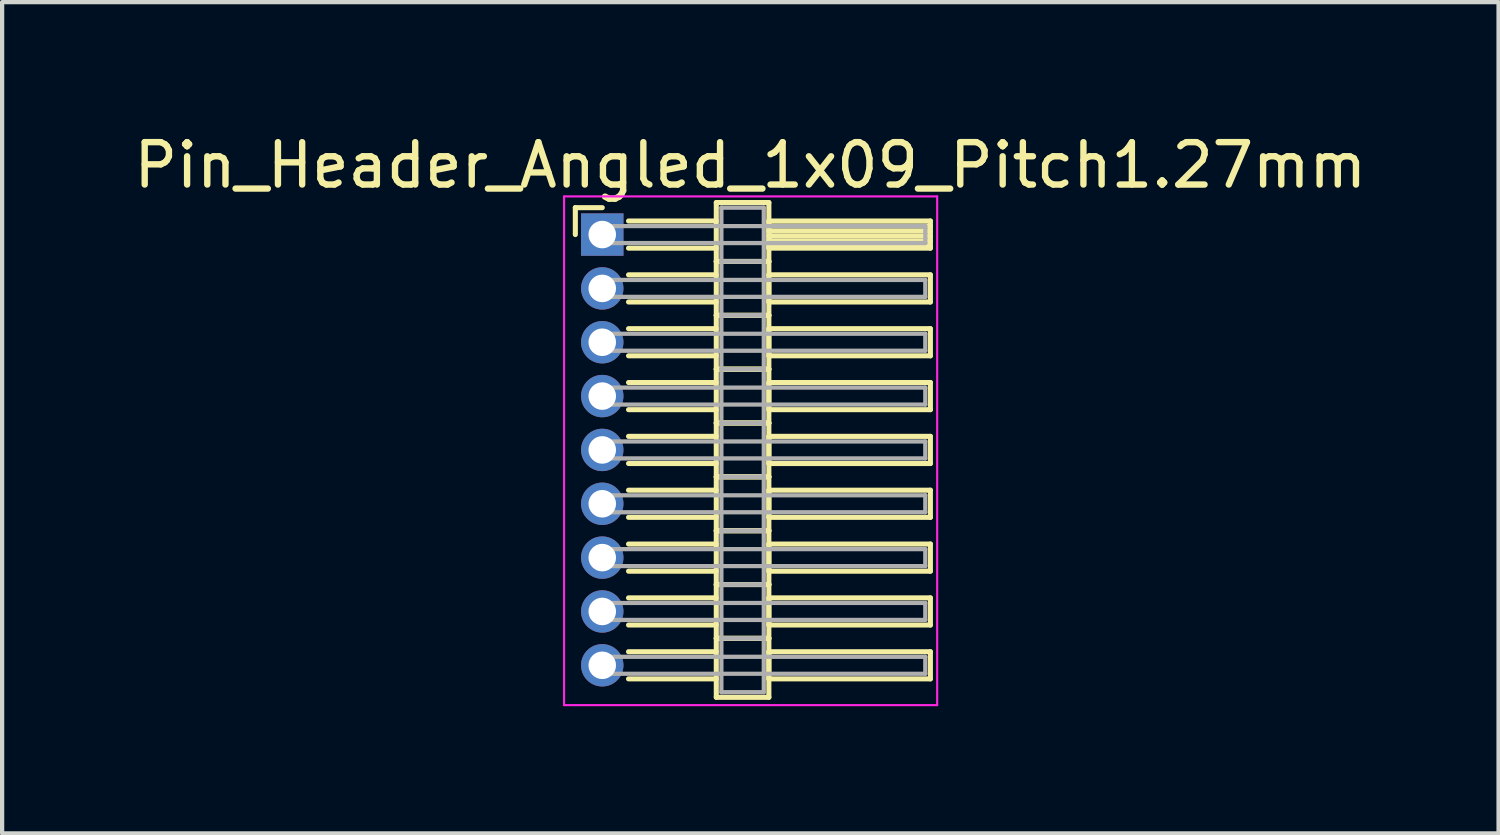
<source format=kicad_pcb>
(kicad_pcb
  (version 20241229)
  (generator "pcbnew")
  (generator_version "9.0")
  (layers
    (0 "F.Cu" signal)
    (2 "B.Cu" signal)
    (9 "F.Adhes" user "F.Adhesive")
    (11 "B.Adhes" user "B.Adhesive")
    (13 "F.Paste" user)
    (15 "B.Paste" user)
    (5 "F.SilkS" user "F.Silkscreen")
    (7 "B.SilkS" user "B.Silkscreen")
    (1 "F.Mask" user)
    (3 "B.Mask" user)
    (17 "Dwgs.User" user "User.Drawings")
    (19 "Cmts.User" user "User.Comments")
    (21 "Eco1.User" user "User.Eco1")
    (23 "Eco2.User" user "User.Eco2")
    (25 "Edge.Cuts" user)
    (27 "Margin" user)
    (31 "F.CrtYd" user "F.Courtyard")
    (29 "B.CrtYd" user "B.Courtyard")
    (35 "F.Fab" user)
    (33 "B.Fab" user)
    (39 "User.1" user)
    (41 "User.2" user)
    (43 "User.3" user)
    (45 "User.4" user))
  (footprint "Pin_Header_Angled_1x09_Pitch1.27mm"
    (layer "F.Cu")
    (at 11.156 2.483)
    (property "Reference" "Pin_Header_Angled_1x09_Pitch1.27mm" (at 3.493 -1.635 0) (layer "F.SilkS") (effects (font (size 1 1) (thickness 0.15))))
    (attr through_hole)
    (fp_line (start -0.635 -0.635) (end 0 -0.635) (stroke (width 0.12) (type solid)) (layer "F.SilkS"))
    (fp_line (start -0.635 0) (end -0.635 -0.635) (stroke (width 0.12) (type solid)) (layer "F.SilkS"))
    (fp_line (start 0.62 -0.32) (end 2.69 -0.32) (stroke (width 0.12) (type solid)) (layer "F.SilkS"))
    (fp_line (start 0.62 0.32) (end 2.69 0.32) (stroke (width 0.12) (type solid)) (layer "F.SilkS"))
    (fp_line (start 0.62 0.95) (end 2.69 0.95) (stroke (width 0.12) (type solid)) (layer "F.SilkS"))
    (fp_line (start 0.62 1.59) (end 2.69 1.59) (stroke (width 0.12) (type solid)) (layer "F.SilkS"))
    (fp_line (start 0.62 2.22) (end 2.69 2.22) (stroke (width 0.12) (type solid)) (layer "F.SilkS"))
    (fp_line (start 0.62 2.86) (end 2.69 2.86) (stroke (width 0.12) (type solid)) (layer "F.SilkS"))
    (fp_line (start 0.62 3.49) (end 2.69 3.49) (stroke (width 0.12) (type solid)) (layer "F.SilkS"))
    (fp_line (start 0.62 4.13) (end 2.69 4.13) (stroke (width 0.12) (type solid)) (layer "F.SilkS"))
    (fp_line (start 0.62 4.76) (end 2.69 4.76) (stroke (width 0.12) (type solid)) (layer "F.SilkS"))
    (fp_line (start 0.62 5.4) (end 2.69 5.4) (stroke (width 0.12) (type solid)) (layer "F.SilkS"))
    (fp_line (start 0.62 6.03) (end 2.69 6.03) (stroke (width 0.12) (type solid)) (layer "F.SilkS"))
    (fp_line (start 0.62 6.67) (end 2.69 6.67) (stroke (width 0.12) (type solid)) (layer "F.SilkS"))
    (fp_line (start 0.62 7.3) (end 2.69 7.3) (stroke (width 0.12) (type solid)) (layer "F.SilkS"))
    (fp_line (start 0.62 7.94) (end 2.69 7.94) (stroke (width 0.12) (type solid)) (layer "F.SilkS"))
    (fp_line (start 0.62 8.57) (end 2.69 8.57) (stroke (width 0.12) (type solid)) (layer "F.SilkS"))
    (fp_line (start 0.62 9.21) (end 2.69 9.21) (stroke (width 0.12) (type solid)) (layer "F.SilkS"))
    (fp_line (start 0.62 9.84) (end 2.69 9.84) (stroke (width 0.12) (type solid)) (layer "F.SilkS"))
    (fp_line (start 0.62 10.48) (end 2.69 10.48) (stroke (width 0.12) (type solid)) (layer "F.SilkS"))
    (fp_line (start 2.69 -0.755) (end 2.69 0.635) (stroke (width 0.12) (type solid)) (layer "F.SilkS"))
    (fp_line (start 2.69 0.635) (end 2.69 1.905) (stroke (width 0.12) (type solid)) (layer "F.SilkS"))
    (fp_line (start 2.69 0.635) (end 3.93 0.635) (stroke (width 0.12) (type solid)) (layer "F.SilkS"))
    (fp_line (start 2.69 1.905) (end 2.69 3.175) (stroke (width 0.12) (type solid)) (layer "F.SilkS"))
    (fp_line (start 2.69 1.905) (end 3.93 1.905) (stroke (width 0.12) (type solid)) (layer "F.SilkS"))
    (fp_line (start 2.69 3.175) (end 2.69 4.445) (stroke (width 0.12) (type solid)) (layer "F.SilkS"))
    (fp_line (start 2.69 3.175) (end 3.93 3.175) (stroke (width 0.12) (type solid)) (layer "F.SilkS"))
    (fp_line (start 2.69 4.445) (end 2.69 5.715) (stroke (width 0.12) (type solid)) (layer "F.SilkS"))
    (fp_line (start 2.69 4.445) (end 3.93 4.445) (stroke (width 0.12) (type solid)) (layer "F.SilkS"))
    (fp_line (start 2.69 5.715) (end 2.69 6.985) (stroke (width 0.12) (type solid)) (layer "F.SilkS"))
    (fp_line (start 2.69 5.715) (end 3.93 5.715) (stroke (width 0.12) (type solid)) (layer "F.SilkS"))
    (fp_line (start 2.69 6.985) (end 2.69 8.255) (stroke (width 0.12) (type solid)) (layer "F.SilkS"))
    (fp_line (start 2.69 6.985) (end 3.93 6.985) (stroke (width 0.12) (type solid)) (layer "F.SilkS"))
    (fp_line (start 2.69 8.255) (end 2.69 9.525) (stroke (width 0.12) (type solid)) (layer "F.SilkS"))
    (fp_line (start 2.69 8.255) (end 3.93 8.255) (stroke (width 0.12) (type solid)) (layer "F.SilkS"))
    (fp_line (start 2.69 9.525) (end 2.69 10.915) (stroke (width 0.12) (type solid)) (layer "F.SilkS"))
    (fp_line (start 2.69 9.525) (end 3.93 9.525) (stroke (width 0.12) (type solid)) (layer "F.SilkS"))
    (fp_line (start 2.69 10.915) (end 3.93 10.915) (stroke (width 0.12) (type solid)) (layer "F.SilkS"))
    (fp_line (start 3.93 -0.755) (end 2.69 -0.755) (stroke (width 0.12) (type solid)) (layer "F.SilkS"))
    (fp_line (start 3.93 -0.32) (end 3.93 0.32) (stroke (width 0.12) (type solid)) (layer "F.SilkS"))
    (fp_line (start 3.93 -0.2) (end 7.74 -0.2) (stroke (width 0.12) (type solid)) (layer "F.SilkS"))
    (fp_line (start 3.93 -0.08) (end 7.74 -0.08) (stroke (width 0.12) (type solid)) (layer "F.SilkS"))
    (fp_line (start 3.93 0.04) (end 7.74 0.04) (stroke (width 0.12) (type solid)) (layer "F.SilkS"))
    (fp_line (start 3.93 0.16) (end 7.74 0.16) (stroke (width 0.12) (type solid)) (layer "F.SilkS"))
    (fp_line (start 3.93 0.28) (end 7.74 0.28) (stroke (width 0.12) (type solid)) (layer "F.SilkS"))
    (fp_line (start 3.93 0.32) (end 7.74 0.32) (stroke (width 0.12) (type solid)) (layer "F.SilkS"))
    (fp_line (start 3.93 0.635) (end 2.69 0.635) (stroke (width 0.12) (type solid)) (layer "F.SilkS"))
    (fp_line (start 3.93 0.635) (end 3.93 -0.755) (stroke (width 0.12) (type solid)) (layer "F.SilkS"))
    (fp_line (start 3.93 0.95) (end 3.93 1.59) (stroke (width 0.12) (type solid)) (layer "F.SilkS"))
    (fp_line (start 3.93 1.59) (end 7.74 1.59) (stroke (width 0.12) (type solid)) (layer "F.SilkS"))
    (fp_line (start 3.93 1.905) (end 2.69 1.905) (stroke (width 0.12) (type solid)) (layer "F.SilkS"))
    (fp_line (start 3.93 1.905) (end 3.93 0.635) (stroke (width 0.12) (type solid)) (layer "F.SilkS"))
    (fp_line (start 3.93 2.22) (end 3.93 2.86) (stroke (width 0.12) (type solid)) (layer "F.SilkS"))
    (fp_line (start 3.93 2.86) (end 7.74 2.86) (stroke (width 0.12) (type solid)) (layer "F.SilkS"))
    (fp_line (start 3.93 3.175) (end 2.69 3.175) (stroke (width 0.12) (type solid)) (layer "F.SilkS"))
    (fp_line (start 3.93 3.175) (end 3.93 1.905) (stroke (width 0.12) (type solid)) (layer "F.SilkS"))
    (fp_line (start 3.93 3.49) (end 3.93 4.13) (stroke (width 0.12) (type solid)) (layer "F.SilkS"))
    (fp_line (start 3.93 4.13) (end 7.74 4.13) (stroke (width 0.12) (type solid)) (layer "F.SilkS"))
    (fp_line (start 3.93 4.445) (end 2.69 4.445) (stroke (width 0.12) (type solid)) (layer "F.SilkS"))
    (fp_line (start 3.93 4.445) (end 3.93 3.175) (stroke (width 0.12) (type solid)) (layer "F.SilkS"))
    (fp_line (start 3.93 4.76) (end 3.93 5.4) (stroke (width 0.12) (type solid)) (layer "F.SilkS"))
    (fp_line (start 3.93 5.4) (end 7.74 5.4) (stroke (width 0.12) (type solid)) (layer "F.SilkS"))
    (fp_line (start 3.93 5.715) (end 2.69 5.715) (stroke (width 0.12) (type solid)) (layer "F.SilkS"))
    (fp_line (start 3.93 5.715) (end 3.93 4.445) (stroke (width 0.12) (type solid)) (layer "F.SilkS"))
    (fp_line (start 3.93 6.03) (end 3.93 6.67) (stroke (width 0.12) (type solid)) (layer "F.SilkS"))
    (fp_line (start 3.93 6.67) (end 7.74 6.67) (stroke (width 0.12) (type solid)) (layer "F.SilkS"))
    (fp_line (start 3.93 6.985) (end 2.69 6.985) (stroke (width 0.12) (type solid)) (layer "F.SilkS"))
    (fp_line (start 3.93 6.985) (end 3.93 5.715) (stroke (width 0.12) (type solid)) (layer "F.SilkS"))
    (fp_line (start 3.93 7.3) (end 3.93 7.94) (stroke (width 0.12) (type solid)) (layer "F.SilkS"))
    (fp_line (start 3.93 7.94) (end 7.74 7.94) (stroke (width 0.12) (type solid)) (layer "F.SilkS"))
    (fp_line (start 3.93 8.255) (end 2.69 8.255) (stroke (width 0.12) (type solid)) (layer "F.SilkS"))
    (fp_line (start 3.93 8.255) (end 3.93 6.985) (stroke (width 0.12) (type solid)) (layer "F.SilkS"))
    (fp_line (start 3.93 8.57) (end 3.93 9.21) (stroke (width 0.12) (type solid)) (layer "F.SilkS"))
    (fp_line (start 3.93 9.21) (end 7.74 9.21) (stroke (width 0.12) (type solid)) (layer "F.SilkS"))
    (fp_line (start 3.93 9.525) (end 2.69 9.525) (stroke (width 0.12) (type solid)) (layer "F.SilkS"))
    (fp_line (start 3.93 9.525) (end 3.93 8.255) (stroke (width 0.12) (type solid)) (layer "F.SilkS"))
    (fp_line (start 3.93 9.84) (end 3.93 10.48) (stroke (width 0.12) (type solid)) (layer "F.SilkS"))
    (fp_line (start 3.93 10.48) (end 7.74 10.48) (stroke (width 0.12) (type solid)) (layer "F.SilkS"))
    (fp_line (start 3.93 10.915) (end 3.93 9.525) (stroke (width 0.12) (type solid)) (layer "F.SilkS"))
    (fp_line (start 7.74 -0.32) (end 3.93 -0.32) (stroke (width 0.12) (type solid)) (layer "F.SilkS"))
    (fp_line (start 7.74 0.32) (end 7.74 -0.32) (stroke (width 0.12) (type solid)) (layer "F.SilkS"))
    (fp_line (start 7.74 0.95) (end 3.93 0.95) (stroke (width 0.12) (type solid)) (layer "F.SilkS"))
    (fp_line (start 7.74 1.59) (end 7.74 0.95) (stroke (width 0.12) (type solid)) (layer "F.SilkS"))
    (fp_line (start 7.74 2.22) (end 3.93 2.22) (stroke (width 0.12) (type solid)) (layer "F.SilkS"))
    (fp_line (start 7.74 2.86) (end 7.74 2.22) (stroke (width 0.12) (type solid)) (layer "F.SilkS"))
    (fp_line (start 7.74 3.49) (end 3.93 3.49) (stroke (width 0.12) (type solid)) (layer "F.SilkS"))
    (fp_line (start 7.74 4.13) (end 7.74 3.49) (stroke (width 0.12) (type solid)) (layer "F.SilkS"))
    (fp_line (start 7.74 4.76) (end 3.93 4.76) (stroke (width 0.12) (type solid)) (layer "F.SilkS"))
    (fp_line (start 7.74 5.4) (end 7.74 4.76) (stroke (width 0.12) (type solid)) (layer "F.SilkS"))
    (fp_line (start 7.74 6.03) (end 3.93 6.03) (stroke (width 0.12) (type solid)) (layer "F.SilkS"))
    (fp_line (start 7.74 6.67) (end 7.74 6.03) (stroke (width 0.12) (type solid)) (layer "F.SilkS"))
    (fp_line (start 7.74 7.3) (end 3.93 7.3) (stroke (width 0.12) (type solid)) (layer "F.SilkS"))
    (fp_line (start 7.74 7.94) (end 7.74 7.3) (stroke (width 0.12) (type solid)) (layer "F.SilkS"))
    (fp_line (start 7.74 8.57) (end 3.93 8.57) (stroke (width 0.12) (type solid)) (layer "F.SilkS"))
    (fp_line (start 7.74 9.21) (end 7.74 8.57) (stroke (width 0.12) (type solid)) (layer "F.SilkS"))
    (fp_line (start 7.74 9.84) (end 3.93 9.84) (stroke (width 0.12) (type solid)) (layer "F.SilkS"))
    (fp_line (start 7.74 10.48) (end 7.74 9.84) (stroke (width 0.12) (type solid)) (layer "F.SilkS"))
    (fp_line (start -0.9 -0.9) (end -0.9 11.1) (stroke (width 0.05) (type solid)) (layer "F.CrtYd"))
    (fp_line (start -0.9 11.1) (end 7.9 11.1) (stroke (width 0.05) (type solid)) (layer "F.CrtYd"))
    (fp_line (start 7.9 -0.9) (end -0.9 -0.9) (stroke (width 0.05) (type solid)) (layer "F.CrtYd"))
    (fp_line (start 7.9 11.1) (end 7.9 -0.9) (stroke (width 0.05) (type solid)) (layer "F.CrtYd"))
    (fp_line (start 0 -0.2) (end 0 0.2) (stroke (width 0.1) (type solid)) (layer "F.Fab"))
    (fp_line (start 0 0.2) (end 7.62 0.2) (stroke (width 0.1) (type solid)) (layer "F.Fab"))
    (fp_line (start 0 1.07) (end 0 1.47) (stroke (width 0.1) (type solid)) (layer "F.Fab"))
    (fp_line (start 0 1.47) (end 7.62 1.47) (stroke (width 0.1) (type solid)) (layer "F.Fab"))
    (fp_line (start 0 2.34) (end 0 2.74) (stroke (width 0.1) (type solid)) (layer "F.Fab"))
    (fp_line (start 0 2.74) (end 7.62 2.74) (stroke (width 0.1) (type solid)) (layer "F.Fab"))
    (fp_line (start 0 3.61) (end 0 4.01) (stroke (width 0.1) (type solid)) (layer "F.Fab"))
    (fp_line (start 0 4.01) (end 7.62 4.01) (stroke (width 0.1) (type solid)) (layer "F.Fab"))
    (fp_line (start 0 4.88) (end 0 5.28) (stroke (width 0.1) (type solid)) (layer "F.Fab"))
    (fp_line (start 0 5.28) (end 7.62 5.28) (stroke (width 0.1) (type solid)) (layer "F.Fab"))
    (fp_line (start 0 6.15) (end 0 6.55) (stroke (width 0.1) (type solid)) (layer "F.Fab"))
    (fp_line (start 0 6.55) (end 7.62 6.55) (stroke (width 0.1) (type solid)) (layer "F.Fab"))
    (fp_line (start 0 7.42) (end 0 7.82) (stroke (width 0.1) (type solid)) (layer "F.Fab"))
    (fp_line (start 0 7.82) (end 7.62 7.82) (stroke (width 0.1) (type solid)) (layer "F.Fab"))
    (fp_line (start 0 8.69) (end 0 9.09) (stroke (width 0.1) (type solid)) (layer "F.Fab"))
    (fp_line (start 0 9.09) (end 7.62 9.09) (stroke (width 0.1) (type solid)) (layer "F.Fab"))
    (fp_line (start 0 9.96) (end 0 10.36) (stroke (width 0.1) (type solid)) (layer "F.Fab"))
    (fp_line (start 0 10.36) (end 7.62 10.36) (stroke (width 0.1) (type solid)) (layer "F.Fab"))
    (fp_line (start 2.81 -0.635) (end 2.81 0.635) (stroke (width 0.1) (type solid)) (layer "F.Fab"))
    (fp_line (start 2.81 0.635) (end 2.81 1.905) (stroke (width 0.1) (type solid)) (layer "F.Fab"))
    (fp_line (start 2.81 0.635) (end 3.81 0.635) (stroke (width 0.1) (type solid)) (layer "F.Fab"))
    (fp_line (start 2.81 1.905) (end 2.81 3.175) (stroke (width 0.1) (type solid)) (layer "F.Fab"))
    (fp_line (start 2.81 1.905) (end 3.81 1.905) (stroke (width 0.1) (type solid)) (layer "F.Fab"))
    (fp_line (start 2.81 3.175) (end 2.81 4.445) (stroke (width 0.1) (type solid)) (layer "F.Fab"))
    (fp_line (start 2.81 3.175) (end 3.81 3.175) (stroke (width 0.1) (type solid)) (layer "F.Fab"))
    (fp_line (start 2.81 4.445) (end 2.81 5.715) (stroke (width 0.1) (type solid)) (layer "F.Fab"))
    (fp_line (start 2.81 4.445) (end 3.81 4.445) (stroke (width 0.1) (type solid)) (layer "F.Fab"))
    (fp_line (start 2.81 5.715) (end 2.81 6.985) (stroke (width 0.1) (type solid)) (layer "F.Fab"))
    (fp_line (start 2.81 5.715) (end 3.81 5.715) (stroke (width 0.1) (type solid)) (layer "F.Fab"))
    (fp_line (start 2.81 6.985) (end 2.81 8.255) (stroke (width 0.1) (type solid)) (layer "F.Fab"))
    (fp_line (start 2.81 6.985) (end 3.81 6.985) (stroke (width 0.1) (type solid)) (layer "F.Fab"))
    (fp_line (start 2.81 8.255) (end 2.81 9.525) (stroke (width 0.1) (type solid)) (layer "F.Fab"))
    (fp_line (start 2.81 8.255) (end 3.81 8.255) (stroke (width 0.1) (type solid)) (layer "F.Fab"))
    (fp_line (start 2.81 9.525) (end 2.81 10.795) (stroke (width 0.1) (type solid)) (layer "F.Fab"))
    (fp_line (start 2.81 9.525) (end 3.81 9.525) (stroke (width 0.1) (type solid)) (layer "F.Fab"))
    (fp_line (start 2.81 10.795) (end 3.81 10.795) (stroke (width 0.1) (type solid)) (layer "F.Fab"))
    (fp_line (start 3.81 -0.635) (end 2.81 -0.635) (stroke (width 0.1) (type solid)) (layer "F.Fab"))
    (fp_line (start 3.81 0.635) (end 2.81 0.635) (stroke (width 0.1) (type solid)) (layer "F.Fab"))
    (fp_line (start 3.81 0.635) (end 3.81 -0.635) (stroke (width 0.1) (type solid)) (layer "F.Fab"))
    (fp_line (start 3.81 1.905) (end 2.81 1.905) (stroke (width 0.1) (type solid)) (layer "F.Fab"))
    (fp_line (start 3.81 1.905) (end 3.81 0.635) (stroke (width 0.1) (type solid)) (layer "F.Fab"))
    (fp_line (start 3.81 3.175) (end 2.81 3.175) (stroke (width 0.1) (type solid)) (layer "F.Fab"))
    (fp_line (start 3.81 3.175) (end 3.81 1.905) (stroke (width 0.1) (type solid)) (layer "F.Fab"))
    (fp_line (start 3.81 4.445) (end 2.81 4.445) (stroke (width 0.1) (type solid)) (layer "F.Fab"))
    (fp_line (start 3.81 4.445) (end 3.81 3.175) (stroke (width 0.1) (type solid)) (layer "F.Fab"))
    (fp_line (start 3.81 5.715) (end 2.81 5.715) (stroke (width 0.1) (type solid)) (layer "F.Fab"))
    (fp_line (start 3.81 5.715) (end 3.81 4.445) (stroke (width 0.1) (type solid)) (layer "F.Fab"))
    (fp_line (start 3.81 6.985) (end 2.81 6.985) (stroke (width 0.1) (type solid)) (layer "F.Fab"))
    (fp_line (start 3.81 6.985) (end 3.81 5.715) (stroke (width 0.1) (type solid)) (layer "F.Fab"))
    (fp_line (start 3.81 8.255) (end 2.81 8.255) (stroke (width 0.1) (type solid)) (layer "F.Fab"))
    (fp_line (start 3.81 8.255) (end 3.81 6.985) (stroke (width 0.1) (type solid)) (layer "F.Fab"))
    (fp_line (start 3.81 9.525) (end 2.81 9.525) (stroke (width 0.1) (type solid)) (layer "F.Fab"))
    (fp_line (start 3.81 9.525) (end 3.81 8.255) (stroke (width 0.1) (type solid)) (layer "F.Fab"))
    (fp_line (start 3.81 10.795) (end 3.81 9.525) (stroke (width 0.1) (type solid)) (layer "F.Fab"))
    (fp_line (start 7.62 -0.2) (end 0 -0.2) (stroke (width 0.1) (type solid)) (layer "F.Fab"))
    (fp_line (start 7.62 0.2) (end 7.62 -0.2) (stroke (width 0.1) (type solid)) (layer "F.Fab"))
    (fp_line (start 7.62 1.07) (end 0 1.07) (stroke (width 0.1) (type solid)) (layer "F.Fab"))
    (fp_line (start 7.62 1.47) (end 7.62 1.07) (stroke (width 0.1) (type solid)) (layer "F.Fab"))
    (fp_line (start 7.62 2.34) (end 0 2.34) (stroke (width 0.1) (type solid)) (layer "F.Fab"))
    (fp_line (start 7.62 2.74) (end 7.62 2.34) (stroke (width 0.1) (type solid)) (layer "F.Fab"))
    (fp_line (start 7.62 3.61) (end 0 3.61) (stroke (width 0.1) (type solid)) (layer "F.Fab"))
    (fp_line (start 7.62 4.01) (end 7.62 3.61) (stroke (width 0.1) (type solid)) (layer "F.Fab"))
    (fp_line (start 7.62 4.88) (end 0 4.88) (stroke (width 0.1) (type solid)) (layer "F.Fab"))
    (fp_line (start 7.62 5.28) (end 7.62 4.88) (stroke (width 0.1) (type solid)) (layer "F.Fab"))
    (fp_line (start 7.62 6.15) (end 0 6.15) (stroke (width 0.1) (type solid)) (layer "F.Fab"))
    (fp_line (start 7.62 6.55) (end 7.62 6.15) (stroke (width 0.1) (type solid)) (layer "F.Fab"))
    (fp_line (start 7.62 7.42) (end 0 7.42) (stroke (width 0.1) (type solid)) (layer "F.Fab"))
    (fp_line (start 7.62 7.82) (end 7.62 7.42) (stroke (width 0.1) (type solid)) (layer "F.Fab"))
    (fp_line (start 7.62 8.69) (end 0 8.69) (stroke (width 0.1) (type solid)) (layer "F.Fab"))
    (fp_line (start 7.62 9.09) (end 7.62 8.69) (stroke (width 0.1) (type solid)) (layer "F.Fab"))
    (fp_line (start 7.62 9.96) (end 0 9.96) (stroke (width 0.1) (type solid)) (layer "F.Fab"))
    (fp_line (start 7.62 10.36) (end 7.62 9.96) (stroke (width 0.1) (type solid)) (layer "F.Fab"))
    (pad "1" thru_hole rect (at 0 0) (size 1 1) (drill 0.65) (layers "*.Cu" "*.Mask"))
    (pad "2" thru_hole oval (at 0 1.27) (size 1 1) (drill 0.65) (layers "*.Cu" "*.Mask"))
    (pad "3" thru_hole oval (at 0 2.54) (size 1 1) (drill 0.65) (layers "*.Cu" "*.Mask"))
    (pad "4" thru_hole oval (at 0 3.81) (size 1 1) (drill 0.65) (layers "*.Cu" "*.Mask"))
    (pad "5" thru_hole oval (at 0 5.08) (size 1 1) (drill 0.65) (layers "*.Cu" "*.Mask"))
    (pad "6" thru_hole oval (at 0 6.35) (size 1 1) (drill 0.65) (layers "*.Cu" "*.Mask"))
    (pad "7" thru_hole oval (at 0 7.62) (size 1 1) (drill 0.65) (layers "*.Cu" "*.Mask"))
    (pad "8" thru_hole oval (at 0 8.89) (size 1 1) (drill 0.65) (layers "*.Cu" "*.Mask"))
    (pad "9" thru_hole oval (at 0 10.16) (size 1 1) (drill 0.65) (layers "*.Cu" "*.Mask")))
  (gr_rect
    (start -3 -3)
    (end 32.298 16.608)
    (stroke (width 0.1) (type default))
    (fill no)
    (layer "Edge.Cuts")))
</source>
